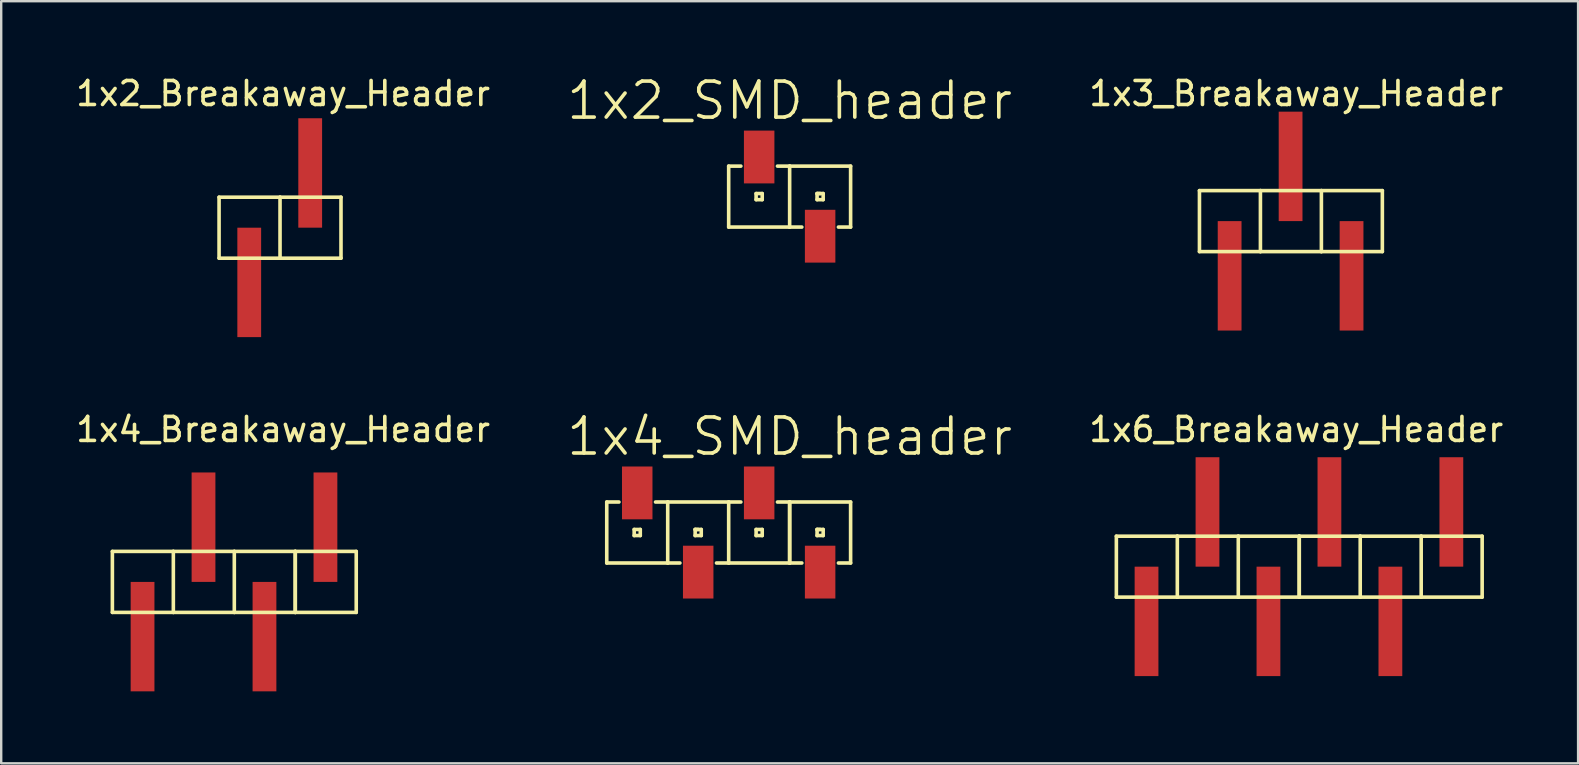
<source format=kicad_pcb>
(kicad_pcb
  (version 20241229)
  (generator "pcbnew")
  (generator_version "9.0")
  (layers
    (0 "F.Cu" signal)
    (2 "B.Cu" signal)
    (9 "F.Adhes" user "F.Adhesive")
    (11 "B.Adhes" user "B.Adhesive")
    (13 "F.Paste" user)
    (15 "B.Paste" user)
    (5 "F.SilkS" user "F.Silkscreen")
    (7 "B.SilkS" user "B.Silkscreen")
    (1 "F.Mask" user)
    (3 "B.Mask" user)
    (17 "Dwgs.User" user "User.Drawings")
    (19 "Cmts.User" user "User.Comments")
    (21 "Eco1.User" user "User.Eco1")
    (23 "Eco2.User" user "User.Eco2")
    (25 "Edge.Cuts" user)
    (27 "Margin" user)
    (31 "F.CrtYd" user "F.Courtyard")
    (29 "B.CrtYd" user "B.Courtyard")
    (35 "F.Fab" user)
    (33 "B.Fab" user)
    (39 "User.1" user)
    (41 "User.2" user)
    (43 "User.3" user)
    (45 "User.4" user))
  (footprint "1x2_SMD_header"
    (layer "F.Cu")
    (at 29.849 5.141)
    (property "Reference" "1x2_SMD_header" (at 0 -4 0) (layer "F.SilkS") (effects (font (size 1.5 1.5) (thickness 0.15))))
    (attr through_hole)
    (fp_line (start -2.54 -1.27) (end -2.54 1.27) (stroke (width 0.15) (type solid)) (layer "F.SilkS"))
    (fp_line (start -2.54 -1.27) (end -2.032 -1.27) (stroke (width 0.15) (type solid)) (layer "F.SilkS"))
    (fp_line (start -2.54 1.27) (end 0 1.27) (stroke (width 0.15) (type solid)) (layer "F.SilkS"))
    (fp_line (start -1.397 -0.127) (end -1.397 0.127) (stroke (width 0.15) (type solid)) (layer "F.SilkS"))
    (fp_line (start -1.397 0.127) (end -1.143 0.127) (stroke (width 0.15) (type solid)) (layer "F.SilkS"))
    (fp_line (start -1.143 -0.127) (end -1.397 -0.127) (stroke (width 0.15) (type solid)) (layer "F.SilkS"))
    (fp_line (start -1.143 0.127) (end -1.143 -0.127) (stroke (width 0.15) (type solid)) (layer "F.SilkS"))
    (fp_line (start 0 -1.27) (end -0.508 -1.27) (stroke (width 0.15) (type solid)) (layer "F.SilkS"))
    (fp_line (start 0 -1.27) (end 2.54 -1.27) (stroke (width 0.15) (type solid)) (layer "F.SilkS"))
    (fp_line (start 0 1.27) (end 0 -1.27) (stroke (width 0.15) (type solid)) (layer "F.SilkS"))
    (fp_line (start 0 1.27) (end 0.508 1.27) (stroke (width 0.15) (type solid)) (layer "F.SilkS"))
    (fp_line (start 1.143 -0.127) (end 1.143 0.127) (stroke (width 0.15) (type solid)) (layer "F.SilkS"))
    (fp_line (start 1.143 -0.127) (end 1.27 -0.127) (stroke (width 0.15) (type solid)) (layer "F.SilkS"))
    (fp_line (start 1.143 0.127) (end 1.397 0.127) (stroke (width 0.15) (type solid)) (layer "F.SilkS"))
    (fp_line (start 1.397 -0.127) (end 1.143 -0.127) (stroke (width 0.15) (type solid)) (layer "F.SilkS"))
    (fp_line (start 1.397 0.127) (end 1.397 -0.127) (stroke (width 0.15) (type solid)) (layer "F.SilkS"))
    (fp_line (start 2.54 1.27) (end 2.032 1.27) (stroke (width 0.15) (type solid)) (layer "F.SilkS"))
    (fp_line (start 2.54 1.27) (end 2.54 -1.27) (stroke (width 0.15) (type solid)) (layer "F.SilkS"))
    (pad "1" smd rect (at -1.27 -1.65) (size 1.27 2.2) (layers "F.Cu" "F.Mask" "F.Paste"))
    (pad "2" smd rect (at 1.27 1.65) (size 1.27 2.2) (layers "F.Cu" "F.Mask" "F.Paste")))
  (footprint "1x3_Breakaway_Header"
    (layer "F.Cu")
    (at 47.685 6.162)
    (property "Reference" "1x3_Breakaway_Header" (at 3.269 -5.314 0) (layer "F.SilkS") (effects (font (size 1 1) (thickness 0.15))))
    (attr through_hole)
    (fp_line (start -0.762 -1.27) (end -0.762 1.27) (stroke (width 0.15) (type solid)) (layer "F.SilkS"))
    (fp_line (start -0.762 1.27) (end 1.778 1.27) (stroke (width 0.15) (type solid)) (layer "F.SilkS"))
    (fp_line (start 1.778 -1.27) (end -0.762 -1.27) (stroke (width 0.15) (type solid)) (layer "F.SilkS"))
    (fp_line (start 1.778 -1.27) (end 4.318 -1.27) (stroke (width 0.15) (type solid)) (layer "F.SilkS"))
    (fp_line (start 1.778 1.27) (end 1.778 -1.27) (stroke (width 0.15) (type solid)) (layer "F.SilkS"))
    (fp_line (start 4.318 -1.27) (end 4.318 1.27) (stroke (width 0.15) (type solid)) (layer "F.SilkS"))
    (fp_line (start 4.318 -1.27) (end 6.858 -1.27) (stroke (width 0.15) (type solid)) (layer "F.SilkS"))
    (fp_line (start 4.318 1.27) (end 1.778 1.27) (stroke (width 0.15) (type solid)) (layer "F.SilkS"))
    (fp_line (start 6.858 -1.27) (end 6.858 1.27) (stroke (width 0.15) (type solid)) (layer "F.SilkS"))
    (fp_line (start 6.858 1.27) (end 4.318 1.27) (stroke (width 0.15) (type solid)) (layer "F.SilkS"))
    (pad "1" smd rect (at 0.495 2.28) (size 0.991 4.559) (layers "F.Cu" "F.Mask" "F.Paste"))
    (pad "2" smd rect (at 3.035 -2.28) (size 0.991 4.559) (layers "F.Cu" "F.Mask" "F.Paste"))
    (pad "3" smd rect (at 5.575 2.28) (size 0.991 4.559) (layers "F.Cu" "F.Mask" "F.Paste")))
  (footprint "1x2_Breakaway_Header"
    (layer "F.Cu")
    (at 6.839 6.436)
    (property "Reference" "1x2_Breakaway_Header" (at 1.905 -5.588 0) (layer "F.SilkS") (effects (font (size 1 1) (thickness 0.15))))
    (attr through_hole)
    (fp_line (start -0.762 -1.27) (end -0.762 1.27) (stroke (width 0.15) (type solid)) (layer "F.SilkS"))
    (fp_line (start -0.762 1.27) (end 1.778 1.27) (stroke (width 0.15) (type solid)) (layer "F.SilkS"))
    (fp_line (start 1.778 -1.27) (end -0.762 -1.27) (stroke (width 0.15) (type solid)) (layer "F.SilkS"))
    (fp_line (start 1.778 -1.27) (end 4.318 -1.27) (stroke (width 0.15) (type solid)) (layer "F.SilkS"))
    (fp_line (start 1.778 1.27) (end 1.778 -1.27) (stroke (width 0.15) (type solid)) (layer "F.SilkS"))
    (fp_line (start 4.318 -1.27) (end 4.318 1.27) (stroke (width 0.15) (type solid)) (layer "F.SilkS"))
    (fp_line (start 4.318 1.27) (end 1.778 1.27) (stroke (width 0.15) (type solid)) (layer "F.SilkS"))
    (pad "1" smd rect (at 0.495 2.28) (size 0.991 4.559) (layers "F.Cu" "F.Mask" "F.Paste"))
    (pad "2" smd rect (at 3.035 -2.28) (size 0.991 4.559) (layers "F.Cu" "F.Mask" "F.Paste")))
  (footprint "1x6_Breakaway_Header"
    (layer "F.Cu")
    (at 44.223 20.559)
    (property "Reference" "1x6_Breakaway_Header" (at 6.731 -5.715 0) (layer "F.SilkS") (effects (font (size 1 1) (thickness 0.15))))
    (attr through_hole)
    (fp_line (start -0.762 -1.27) (end -0.762 1.27) (stroke (width 0.15) (type solid)) (layer "F.SilkS"))
    (fp_line (start -0.762 1.27) (end 1.778 1.27) (stroke (width 0.15) (type solid)) (layer "F.SilkS"))
    (fp_line (start 1.778 -1.27) (end -0.762 -1.27) (stroke (width 0.15) (type solid)) (layer "F.SilkS"))
    (fp_line (start 1.778 -1.27) (end 4.318 -1.27) (stroke (width 0.15) (type solid)) (layer "F.SilkS"))
    (fp_line (start 1.778 1.27) (end 1.778 -1.27) (stroke (width 0.15) (type solid)) (layer "F.SilkS"))
    (fp_line (start 4.318 -1.27) (end 4.318 1.27) (stroke (width 0.15) (type solid)) (layer "F.SilkS"))
    (fp_line (start 4.318 -1.27) (end 6.858 -1.27) (stroke (width 0.15) (type solid)) (layer "F.SilkS"))
    (fp_line (start 4.318 1.27) (end 1.778 1.27) (stroke (width 0.15) (type solid)) (layer "F.SilkS"))
    (fp_line (start 6.858 -1.27) (end 6.858 1.27) (stroke (width 0.15) (type solid)) (layer "F.SilkS"))
    (fp_line (start 6.858 -1.27) (end 9.398 -1.27) (stroke (width 0.15) (type solid)) (layer "F.SilkS"))
    (fp_line (start 6.858 1.27) (end 4.318 1.27) (stroke (width 0.15) (type solid)) (layer "F.SilkS"))
    (fp_line (start 6.858 1.27) (end 6.858 -1.27) (stroke (width 0.15) (type solid)) (layer "F.SilkS"))
    (fp_line (start 9.398 -1.27) (end 11.938 -1.27) (stroke (width 0.15) (type solid)) (layer "F.SilkS"))
    (fp_line (start 9.398 1.27) (end 6.858 1.27) (stroke (width 0.15) (type solid)) (layer "F.SilkS"))
    (fp_line (start 9.398 1.27) (end 9.398 -1.27) (stroke (width 0.15) (type solid)) (layer "F.SilkS"))
    (fp_line (start 11.938 -1.27) (end 11.938 1.27) (stroke (width 0.15) (type solid)) (layer "F.SilkS"))
    (fp_line (start 11.938 1.27) (end 9.398 1.27) (stroke (width 0.15) (type solid)) (layer "F.SilkS"))
    (fp_line (start 11.938 1.27) (end 14.478 1.27) (stroke (width 0.15) (type solid)) (layer "F.SilkS"))
    (fp_line (start 14.478 -1.27) (end 11.938 -1.27) (stroke (width 0.15) (type solid)) (layer "F.SilkS"))
    (fp_line (start 14.478 1.27) (end 14.478 -1.27) (stroke (width 0.15) (type solid)) (layer "F.SilkS"))
    (pad "1" smd rect (at 0.495 2.28) (size 0.991 4.559) (layers "F.Cu" "F.Mask" "F.Paste"))
    (pad "1" smd rect (at 13.195 -2.28 180) (size 0.991 4.559) (layers "F.Cu" "F.Mask" "F.Paste"))
    (pad "2" smd rect (at 3.035 -2.28) (size 0.991 4.559) (layers "F.Cu" "F.Mask" "F.Paste"))
    (pad "2" smd rect (at 10.655 2.28 180) (size 0.991 4.559) (layers "F.Cu" "F.Mask" "F.Paste"))
    (pad "3" smd rect (at 5.575 2.28) (size 0.991 4.559) (layers "F.Cu" "F.Mask" "F.Paste"))
    (pad "4" smd rect (at 8.115 -2.28 180) (size 0.991 4.559) (layers "F.Cu" "F.Mask" "F.Paste")))
  (footprint "1x4_SMD_header"
    (layer "F.Cu")
    (at 29.849 19.136)
    (property "Reference" "1x4_SMD_header" (at 0 -4 0) (layer "F.SilkS") (effects (font (size 1.5 1.5) (thickness 0.15))))
    (attr through_hole)
    (fp_line (start -7.62 -1.27) (end -7.62 1.27) (stroke (width 0.15) (type solid)) (layer "F.SilkS"))
    (fp_line (start -7.62 -1.27) (end -7.112 -1.27) (stroke (width 0.15) (type solid)) (layer "F.SilkS"))
    (fp_line (start -7.62 1.27) (end -5.08 1.27) (stroke (width 0.15) (type solid)) (layer "F.SilkS"))
    (fp_line (start -6.477 -0.127) (end -6.477 0.127) (stroke (width 0.15) (type solid)) (layer "F.SilkS"))
    (fp_line (start -6.477 0.127) (end -6.223 0.127) (stroke (width 0.15) (type solid)) (layer "F.SilkS"))
    (fp_line (start -6.223 -0.127) (end -6.477 -0.127) (stroke (width 0.15) (type solid)) (layer "F.SilkS"))
    (fp_line (start -6.223 0.127) (end -6.223 -0.127) (stroke (width 0.15) (type solid)) (layer "F.SilkS"))
    (fp_line (start -5.08 -1.27) (end -5.588 -1.27) (stroke (width 0.15) (type solid)) (layer "F.SilkS"))
    (fp_line (start -5.08 -1.27) (end -2.54 -1.27) (stroke (width 0.15) (type solid)) (layer "F.SilkS"))
    (fp_line (start -5.08 1.27) (end -5.08 -1.27) (stroke (width 0.15) (type solid)) (layer "F.SilkS"))
    (fp_line (start -5.08 1.27) (end -4.572 1.27) (stroke (width 0.15) (type solid)) (layer "F.SilkS"))
    (fp_line (start -3.937 -0.127) (end -3.937 0.127) (stroke (width 0.15) (type solid)) (layer "F.SilkS"))
    (fp_line (start -3.937 -0.127) (end -3.81 -0.127) (stroke (width 0.15) (type solid)) (layer "F.SilkS"))
    (fp_line (start -3.937 0.127) (end -3.683 0.127) (stroke (width 0.15) (type solid)) (layer "F.SilkS"))
    (fp_line (start -3.683 -0.127) (end -3.937 -0.127) (stroke (width 0.15) (type solid)) (layer "F.SilkS"))
    (fp_line (start -3.683 0.127) (end -3.683 -0.127) (stroke (width 0.15) (type solid)) (layer "F.SilkS"))
    (fp_line (start -2.54 -1.27) (end -2.54 1.27) (stroke (width 0.15) (type solid)) (layer "F.SilkS"))
    (fp_line (start -2.54 -1.27) (end -2.032 -1.27) (stroke (width 0.15) (type solid)) (layer "F.SilkS"))
    (fp_line (start -2.54 1.27) (end -3.048 1.27) (stroke (width 0.15) (type solid)) (layer "F.SilkS"))
    (fp_line (start -1.397 -0.127) (end -1.397 0.127) (stroke (width 0.15) (type solid)) (layer "F.SilkS"))
    (fp_line (start -1.397 0.127) (end -1.143 0.127) (stroke (width 0.15) (type solid)) (layer "F.SilkS"))
    (fp_line (start -1.143 -0.127) (end -1.397 -0.127) (stroke (width 0.15) (type solid)) (layer "F.SilkS"))
    (fp_line (start -1.143 0.127) (end -1.143 -0.127) (stroke (width 0.15) (type solid)) (layer "F.SilkS"))
    (fp_line (start -0.508 -1.27) (end 0 -1.27) (stroke (width 0.15) (type solid)) (layer "F.SilkS"))
    (fp_line (start 0 -1.27) (end 0 1.27) (stroke (width 0.15) (type solid)) (layer "F.SilkS"))
    (fp_line (start 0 -1.27) (end 2.54 -1.27) (stroke (width 0.15) (type solid)) (layer "F.SilkS"))
    (fp_line (start 0 1.27) (end -2.54 1.27) (stroke (width 0.15) (type solid)) (layer "F.SilkS"))
    (fp_line (start 0 1.27) (end 0 -1.27) (stroke (width 0.15) (type solid)) (layer "F.SilkS"))
    (fp_line (start 0 1.27) (end 0.508 1.27) (stroke (width 0.15) (type solid)) (layer "F.SilkS"))
    (fp_line (start 1.143 -0.127) (end 1.143 0.127) (stroke (width 0.15) (type solid)) (layer "F.SilkS"))
    (fp_line (start 1.143 -0.127) (end 1.27 -0.127) (stroke (width 0.15) (type solid)) (layer "F.SilkS"))
    (fp_line (start 1.143 0.127) (end 1.397 0.127) (stroke (width 0.15) (type solid)) (layer "F.SilkS"))
    (fp_line (start 1.397 -0.127) (end 1.143 -0.127) (stroke (width 0.15) (type solid)) (layer "F.SilkS"))
    (fp_line (start 1.397 0.127) (end 1.397 -0.127) (stroke (width 0.15) (type solid)) (layer "F.SilkS"))
    (fp_line (start 2.54 -1.27) (end 2.54 1.27) (stroke (width 0.15) (type solid)) (layer "F.SilkS"))
    (fp_line (start 2.54 1.27) (end 2.032 1.27) (stroke (width 0.15) (type solid)) (layer "F.SilkS"))
    (pad "1" smd rect (at -6.35 -1.65) (size 1.27 2.2) (layers "F.Cu" "F.Mask" "F.Paste"))
    (pad "2" smd rect (at -3.81 1.65) (size 1.27 2.2) (layers "F.Cu" "F.Mask" "F.Paste"))
    (pad "3" smd rect (at -1.27 -1.65) (size 1.27 2.2) (layers "F.Cu" "F.Mask" "F.Paste"))
    (pad "4" smd rect (at 1.27 1.65) (size 1.27 2.2) (layers "F.Cu" "F.Mask" "F.Paste")))
  (footprint "1x4_Breakaway_Header"
    (layer "F.Cu")
    (at 2.394 21.194)
    (property "Reference" "1x4_Breakaway_Header" (at 6.35 -6.35 0) (layer "F.SilkS") (effects (font (size 1 1) (thickness 0.15))))
    (attr through_hole)
    (fp_line (start -0.762 -1.27) (end -0.762 1.27) (stroke (width 0.15) (type solid)) (layer "F.SilkS"))
    (fp_line (start -0.762 1.27) (end 1.778 1.27) (stroke (width 0.15) (type solid)) (layer "F.SilkS"))
    (fp_line (start 1.778 -1.27) (end -0.762 -1.27) (stroke (width 0.15) (type solid)) (layer "F.SilkS"))
    (fp_line (start 1.778 -1.27) (end 4.318 -1.27) (stroke (width 0.15) (type solid)) (layer "F.SilkS"))
    (fp_line (start 1.778 1.27) (end 1.778 -1.27) (stroke (width 0.15) (type solid)) (layer "F.SilkS"))
    (fp_line (start 4.318 -1.27) (end 4.318 1.27) (stroke (width 0.15) (type solid)) (layer "F.SilkS"))
    (fp_line (start 4.318 -1.27) (end 6.858 -1.27) (stroke (width 0.15) (type solid)) (layer "F.SilkS"))
    (fp_line (start 4.318 1.27) (end 1.778 1.27) (stroke (width 0.15) (type solid)) (layer "F.SilkS"))
    (fp_line (start 6.858 -1.27) (end 6.858 1.27) (stroke (width 0.15) (type solid)) (layer "F.SilkS"))
    (fp_line (start 6.858 -1.27) (end 9.398 -1.27) (stroke (width 0.15) (type solid)) (layer "F.SilkS"))
    (fp_line (start 6.858 1.27) (end 4.318 1.27) (stroke (width 0.15) (type solid)) (layer "F.SilkS"))
    (fp_line (start 6.858 1.27) (end 6.858 -1.27) (stroke (width 0.15) (type solid)) (layer "F.SilkS"))
    (fp_line (start 9.398 1.27) (end 6.858 1.27) (stroke (width 0.15) (type solid)) (layer "F.SilkS"))
    (fp_line (start 9.398 1.27) (end 9.398 -1.27) (stroke (width 0.15) (type solid)) (layer "F.SilkS"))
    (pad "1" smd rect (at 0.495 2.28) (size 0.991 4.559) (layers "F.Cu" "F.Mask" "F.Paste"))
    (pad "2" smd rect (at 3.035 -2.28) (size 0.991 4.559) (layers "F.Cu" "F.Mask" "F.Paste"))
    (pad "3" smd rect (at 5.575 2.28) (size 0.991 4.559) (layers "F.Cu" "F.Mask" "F.Paste"))
    (pad "4" smd rect (at 8.115 -2.28 180) (size 0.991 4.559) (layers "F.Cu" "F.Mask" "F.Paste")))
  (gr_rect
    (start -3 -3)
    (end 62.698 28.753)
    (stroke (width 0.1) (type default))
    (fill no)
    (layer "Edge.Cuts")))
</source>
